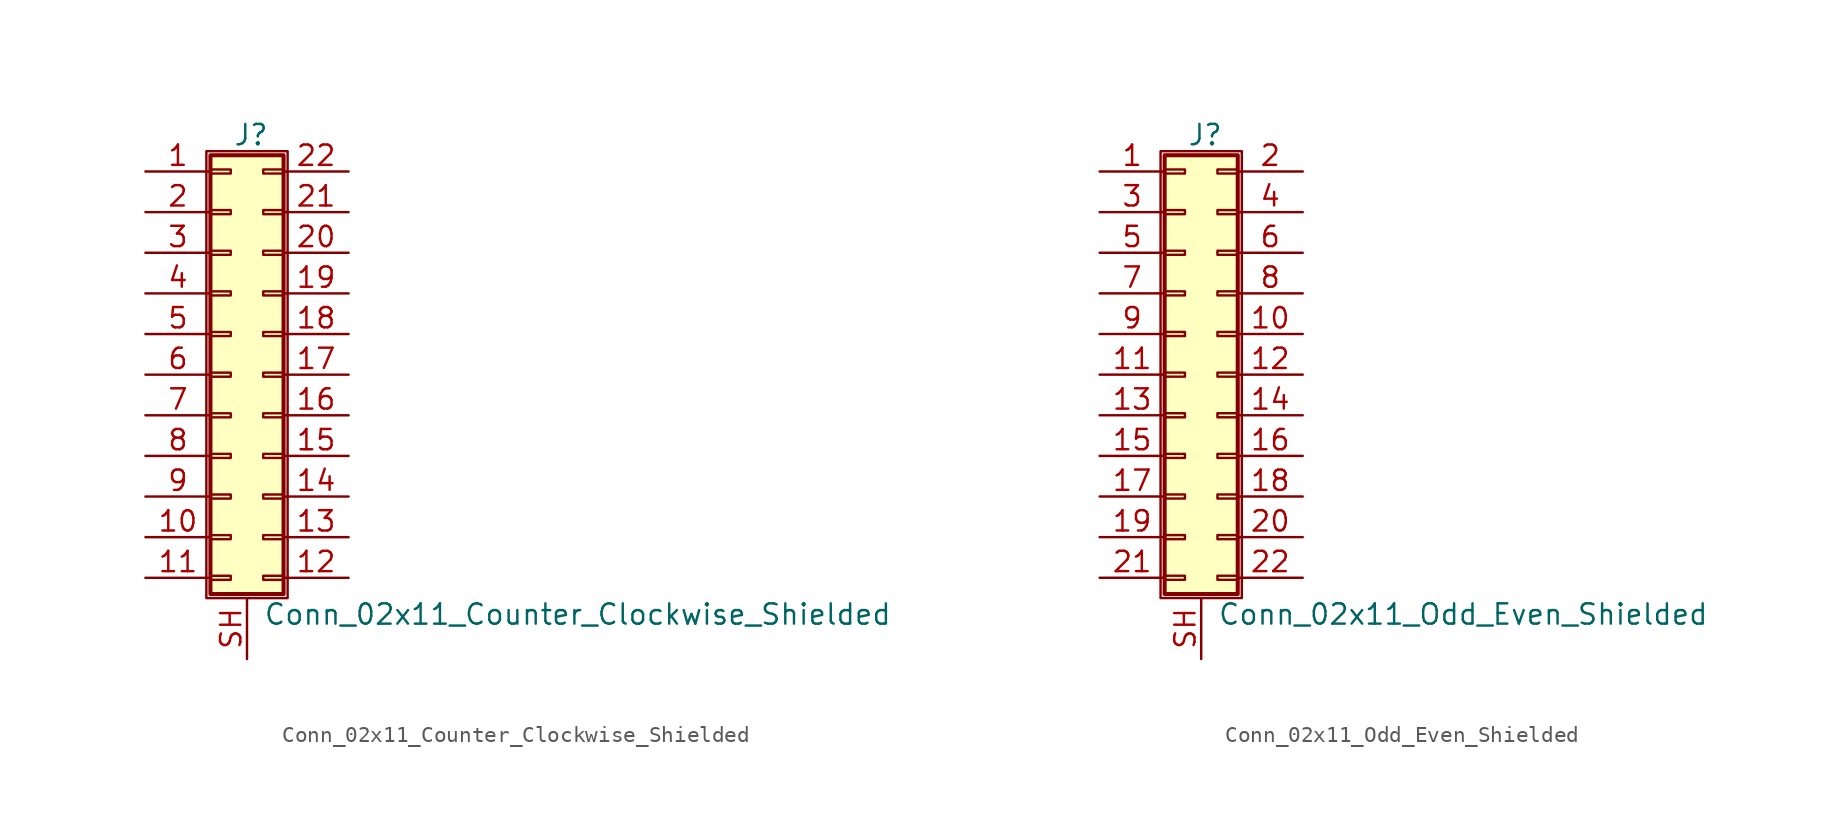
<source format=kicad_sym>
(kicad_symbol_lib
  (version 20220914)
  (generator kicad_symbol_editor)
  (symbol "Conn_02x11_Counter_Clockwise_Shielded"
    (pin_names
      (offset 1.016) hide)
    (property "Reference" "J"
      (at 1.524 14.986 0)
      (effects (font (size 1.27 1.27))))
    (property "Value" "Conn_02x11_Counter_Clockwise_Shielded"
      (at 2.286 -14.986 0)
      (effects (font (size 1.27 1.27)) (justify left)))
    (symbol "Conn_02x11_Counter_Clockwise_Shielded_1_1"
      (rectangle (start -1.27 13.97) (end 3.81 -13.97) (stroke (width 0.152) (type default)) (fill (type none)))
      (rectangle (start -1.016 -12.573) (end 0.254 -12.827) (stroke (width 0.152) (type default)) (fill (type none)))
      (rectangle (start -1.016 -10.033) (end 0.254 -10.287) (stroke (width 0.152) (type default)) (fill (type none)))
      (rectangle (start -1.016 -7.493) (end 0.254 -7.747) (stroke (width 0.152) (type default)) (fill (type none)))
      (rectangle (start -1.016 -4.953) (end 0.254 -5.207) (stroke (width 0.152) (type default)) (fill (type none)))
      (rectangle (start -1.016 -2.413) (end 0.254 -2.667) (stroke (width 0.152) (type default)) (fill (type none)))
      (rectangle (start -1.016 0.127) (end 0.254 -0.127) (stroke (width 0.152) (type default)) (fill (type none)))
      (rectangle (start -1.016 2.667) (end 0.254 2.413) (stroke (width 0.152) (type default)) (fill (type none)))
      (rectangle (start -1.016 5.207) (end 0.254 4.953) (stroke (width 0.152) (type default)) (fill (type none)))
      (rectangle (start -1.016 7.747) (end 0.254 7.493) (stroke (width 0.152) (type default)) (fill (type none)))
      (rectangle (start -1.016 10.287) (end 0.254 10.033) (stroke (width 0.152) (type default)) (fill (type none)))
      (rectangle (start -1.016 12.827) (end 0.254 12.573) (stroke (width 0.152) (type default)) (fill (type none)))
      (rectangle (start -1.016 13.716) (end 3.556 -13.716) (stroke (width 0.254) (type default)) (fill (type background)))
      (rectangle (start 3.556 -12.573) (end 2.286 -12.827) (stroke (width 0.152) (type default)) (fill (type none)))
      (rectangle (start 3.556 -10.033) (end 2.286 -10.287) (stroke (width 0.152) (type default)) (fill (type none)))
      (rectangle (start 3.556 -7.493) (end 2.286 -7.747) (stroke (width 0.152) (type default)) (fill (type none)))
      (rectangle (start 3.556 -4.953) (end 2.286 -5.207) (stroke (width 0.152) (type default)) (fill (type none)))
      (rectangle (start 3.556 -2.413) (end 2.286 -2.667) (stroke (width 0.152) (type default)) (fill (type none)))
      (rectangle (start 3.556 0.127) (end 2.286 -0.127) (stroke (width 0.152) (type default)) (fill (type none)))
      (rectangle (start 3.556 2.667) (end 2.286 2.413) (stroke (width 0.152) (type default)) (fill (type none)))
      (rectangle (start 3.556 5.207) (end 2.286 4.953) (stroke (width 0.152) (type default)) (fill (type none)))
      (rectangle (start 3.556 7.747) (end 2.286 7.493) (stroke (width 0.152) (type default)) (fill (type none)))
      (rectangle (start 3.556 10.287) (end 2.286 10.033) (stroke (width 0.152) (type default)) (fill (type none)))
      (rectangle (start 3.556 12.827) (end 2.286 12.573) (stroke (width 0.152) (type default)) (fill (type none)))
      (pin passive line (at -5.08 12.7 0) (length 4.064) (name "Pin_1" (effects (font (size 1.27 1.27)))) (number "1" (effects (font (size 1.27 1.27)))))
      (pin passive line (at -5.08 -10.16 0) (length 4.064) (name "Pin_10" (effects (font (size 1.27 1.27)))) (number "10" (effects (font (size 1.27 1.27)))))
      (pin passive line (at -5.08 -12.7 0) (length 4.064) (name "Pin_11" (effects (font (size 1.27 1.27)))) (number "11" (effects (font (size 1.27 1.27)))))
      (pin passive line (at 7.62 -12.7 180) (length 4.064) (name "Pin_12" (effects (font (size 1.27 1.27)))) (number "12" (effects (font (size 1.27 1.27)))))
      (pin passive line (at 7.62 -10.16 180) (length 4.064) (name "Pin_13" (effects (font (size 1.27 1.27)))) (number "13" (effects (font (size 1.27 1.27)))))
      (pin passive line (at 7.62 -7.62 180) (length 4.064) (name "Pin_14" (effects (font (size 1.27 1.27)))) (number "14" (effects (font (size 1.27 1.27)))))
      (pin passive line (at 7.62 -5.08 180) (length 4.064) (name "Pin_15" (effects (font (size 1.27 1.27)))) (number "15" (effects (font (size 1.27 1.27)))))
      (pin passive line (at 7.62 -2.54 180) (length 4.064) (name "Pin_16" (effects (font (size 1.27 1.27)))) (number "16" (effects (font (size 1.27 1.27)))))
      (pin passive line (at 7.62 0 180) (length 4.064) (name "Pin_17" (effects (font (size 1.27 1.27)))) (number "17" (effects (font (size 1.27 1.27)))))
      (pin passive line (at 7.62 2.54 180) (length 4.064) (name "Pin_18" (effects (font (size 1.27 1.27)))) (number "18" (effects (font (size 1.27 1.27)))))
      (pin passive line (at 7.62 5.08 180) (length 4.064) (name "Pin_19" (effects (font (size 1.27 1.27)))) (number "19" (effects (font (size 1.27 1.27)))))
      (pin passive line (at -5.08 10.16 0) (length 4.064) (name "Pin_2" (effects (font (size 1.27 1.27)))) (number "2" (effects (font (size 1.27 1.27)))))
      (pin passive line (at 7.62 7.62 180) (length 4.064) (name "Pin_20" (effects (font (size 1.27 1.27)))) (number "20" (effects (font (size 1.27 1.27)))))
      (pin passive line (at 7.62 10.16 180) (length 4.064) (name "Pin_21" (effects (font (size 1.27 1.27)))) (number "21" (effects (font (size 1.27 1.27)))))
      (pin passive line (at 7.62 12.7 180) (length 4.064) (name "Pin_22" (effects (font (size 1.27 1.27)))) (number "22" (effects (font (size 1.27 1.27)))))
      (pin passive line (at -5.08 7.62 0) (length 4.064) (name "Pin_3" (effects (font (size 1.27 1.27)))) (number "3" (effects (font (size 1.27 1.27)))))
      (pin passive line (at -5.08 5.08 0) (length 4.064) (name "Pin_4" (effects (font (size 1.27 1.27)))) (number "4" (effects (font (size 1.27 1.27)))))
      (pin passive line (at -5.08 2.54 0) (length 4.064) (name "Pin_5" (effects (font (size 1.27 1.27)))) (number "5" (effects (font (size 1.27 1.27)))))
      (pin passive line (at -5.08 0 0) (length 4.064) (name "Pin_6" (effects (font (size 1.27 1.27)))) (number "6" (effects (font (size 1.27 1.27)))))
      (pin passive line (at -5.08 -2.54 0) (length 4.064) (name "Pin_7" (effects (font (size 1.27 1.27)))) (number "7" (effects (font (size 1.27 1.27)))))
      (pin passive line (at -5.08 -5.08 0) (length 4.064) (name "Pin_8" (effects (font (size 1.27 1.27)))) (number "8" (effects (font (size 1.27 1.27)))))
      (pin passive line (at -5.08 -7.62 0) (length 4.064) (name "Pin_9" (effects (font (size 1.27 1.27)))) (number "9" (effects (font (size 1.27 1.27)))))
      (pin passive line (at 1.27 -17.78 90) (length 3.81) (name "Shield" (effects (font (size 1.27 1.27)))) (number "SH" (effects (font (size 1.27 1.27)))))))
  (symbol "Conn_02x11_Odd_Even_Shielded"
    (pin_names
      (offset 1.016) hide)
    (property "Reference" "J"
      (at 1.524 14.986 0)
      (effects (font (size 1.27 1.27))))
    (property "Value" "Conn_02x11_Odd_Even_Shielded"
      (at 2.286 -14.986 0)
      (effects (font (size 1.27 1.27)) (justify left)))
    (symbol "Conn_02x11_Odd_Even_Shielded_1_1"
      (rectangle (start -1.27 13.97) (end 3.81 -13.97) (stroke (width 0.152) (type default)) (fill (type none)))
      (rectangle (start -1.016 -12.573) (end 0.254 -12.827) (stroke (width 0.152) (type default)) (fill (type none)))
      (rectangle (start -1.016 -10.033) (end 0.254 -10.287) (stroke (width 0.152) (type default)) (fill (type none)))
      (rectangle (start -1.016 -7.493) (end 0.254 -7.747) (stroke (width 0.152) (type default)) (fill (type none)))
      (rectangle (start -1.016 -4.953) (end 0.254 -5.207) (stroke (width 0.152) (type default)) (fill (type none)))
      (rectangle (start -1.016 -2.413) (end 0.254 -2.667) (stroke (width 0.152) (type default)) (fill (type none)))
      (rectangle (start -1.016 0.127) (end 0.254 -0.127) (stroke (width 0.152) (type default)) (fill (type none)))
      (rectangle (start -1.016 2.667) (end 0.254 2.413) (stroke (width 0.152) (type default)) (fill (type none)))
      (rectangle (start -1.016 5.207) (end 0.254 4.953) (stroke (width 0.152) (type default)) (fill (type none)))
      (rectangle (start -1.016 7.747) (end 0.254 7.493) (stroke (width 0.152) (type default)) (fill (type none)))
      (rectangle (start -1.016 10.287) (end 0.254 10.033) (stroke (width 0.152) (type default)) (fill (type none)))
      (rectangle (start -1.016 12.827) (end 0.254 12.573) (stroke (width 0.152) (type default)) (fill (type none)))
      (rectangle (start -1.016 13.716) (end 3.556 -13.716) (stroke (width 0.254) (type default)) (fill (type background)))
      (rectangle (start 3.556 -12.573) (end 2.286 -12.827) (stroke (width 0.152) (type default)) (fill (type none)))
      (rectangle (start 3.556 -10.033) (end 2.286 -10.287) (stroke (width 0.152) (type default)) (fill (type none)))
      (rectangle (start 3.556 -7.493) (end 2.286 -7.747) (stroke (width 0.152) (type default)) (fill (type none)))
      (rectangle (start 3.556 -4.953) (end 2.286 -5.207) (stroke (width 0.152) (type default)) (fill (type none)))
      (rectangle (start 3.556 -2.413) (end 2.286 -2.667) (stroke (width 0.152) (type default)) (fill (type none)))
      (rectangle (start 3.556 0.127) (end 2.286 -0.127) (stroke (width 0.152) (type default)) (fill (type none)))
      (rectangle (start 3.556 2.667) (end 2.286 2.413) (stroke (width 0.152) (type default)) (fill (type none)))
      (rectangle (start 3.556 5.207) (end 2.286 4.953) (stroke (width 0.152) (type default)) (fill (type none)))
      (rectangle (start 3.556 7.747) (end 2.286 7.493) (stroke (width 0.152) (type default)) (fill (type none)))
      (rectangle (start 3.556 10.287) (end 2.286 10.033) (stroke (width 0.152) (type default)) (fill (type none)))
      (rectangle (start 3.556 12.827) (end 2.286 12.573) (stroke (width 0.152) (type default)) (fill (type none)))
      (pin passive line (at -5.08 12.7 0) (length 4.064) (name "Pin_1" (effects (font (size 1.27 1.27)))) (number "1" (effects (font (size 1.27 1.27)))))
      (pin passive line (at 7.62 2.54 180) (length 4.064) (name "Pin_10" (effects (font (size 1.27 1.27)))) (number "10" (effects (font (size 1.27 1.27)))))
      (pin passive line (at -5.08 0 0) (length 4.064) (name "Pin_11" (effects (font (size 1.27 1.27)))) (number "11" (effects (font (size 1.27 1.27)))))
      (pin passive line (at 7.62 0 180) (length 4.064) (name "Pin_12" (effects (font (size 1.27 1.27)))) (number "12" (effects (font (size 1.27 1.27)))))
      (pin passive line (at -5.08 -2.54 0) (length 4.064) (name "Pin_13" (effects (font (size 1.27 1.27)))) (number "13" (effects (font (size 1.27 1.27)))))
      (pin passive line (at 7.62 -2.54 180) (length 4.064) (name "Pin_14" (effects (font (size 1.27 1.27)))) (number "14" (effects (font (size 1.27 1.27)))))
      (pin passive line (at -5.08 -5.08 0) (length 4.064) (name "Pin_15" (effects (font (size 1.27 1.27)))) (number "15" (effects (font (size 1.27 1.27)))))
      (pin passive line (at 7.62 -5.08 180) (length 4.064) (name "Pin_16" (effects (font (size 1.27 1.27)))) (number "16" (effects (font (size 1.27 1.27)))))
      (pin passive line (at -5.08 -7.62 0) (length 4.064) (name "Pin_17" (effects (font (size 1.27 1.27)))) (number "17" (effects (font (size 1.27 1.27)))))
      (pin passive line (at 7.62 -7.62 180) (length 4.064) (name "Pin_18" (effects (font (size 1.27 1.27)))) (number "18" (effects (font (size 1.27 1.27)))))
      (pin passive line (at -5.08 -10.16 0) (length 4.064) (name "Pin_19" (effects (font (size 1.27 1.27)))) (number "19" (effects (font (size 1.27 1.27)))))
      (pin passive line (at 7.62 12.7 180) (length 4.064) (name "Pin_2" (effects (font (size 1.27 1.27)))) (number "2" (effects (font (size 1.27 1.27)))))
      (pin passive line (at 7.62 -10.16 180) (length 4.064) (name "Pin_20" (effects (font (size 1.27 1.27)))) (number "20" (effects (font (size 1.27 1.27)))))
      (pin passive line (at -5.08 -12.7 0) (length 4.064) (name "Pin_21" (effects (font (size 1.27 1.27)))) (number "21" (effects (font (size 1.27 1.27)))))
      (pin passive line (at 7.62 -12.7 180) (length 4.064) (name "Pin_22" (effects (font (size 1.27 1.27)))) (number "22" (effects (font (size 1.27 1.27)))))
      (pin passive line (at -5.08 10.16 0) (length 4.064) (name "Pin_3" (effects (font (size 1.27 1.27)))) (number "3" (effects (font (size 1.27 1.27)))))
      (pin passive line (at 7.62 10.16 180) (length 4.064) (name "Pin_4" (effects (font (size 1.27 1.27)))) (number "4" (effects (font (size 1.27 1.27)))))
      (pin passive line (at -5.08 7.62 0) (length 4.064) (name "Pin_5" (effects (font (size 1.27 1.27)))) (number "5" (effects (font (size 1.27 1.27)))))
      (pin passive line (at 7.62 7.62 180) (length 4.064) (name "Pin_6" (effects (font (size 1.27 1.27)))) (number "6" (effects (font (size 1.27 1.27)))))
      (pin passive line (at -5.08 5.08 0) (length 4.064) (name "Pin_7" (effects (font (size 1.27 1.27)))) (number "7" (effects (font (size 1.27 1.27)))))
      (pin passive line (at 7.62 5.08 180) (length 4.064) (name "Pin_8" (effects (font (size 1.27 1.27)))) (number "8" (effects (font (size 1.27 1.27)))))
      (pin passive line (at -5.08 2.54 0) (length 4.064) (name "Pin_9" (effects (font (size 1.27 1.27)))) (number "9" (effects (font (size 1.27 1.27)))))
      (pin passive line (at 1.27 -17.78 90) (length 3.81) (name "Shield" (effects (font (size 1.27 1.27)))) (number "SH" (effects (font (size 1.27 1.27))))))))
</source>
